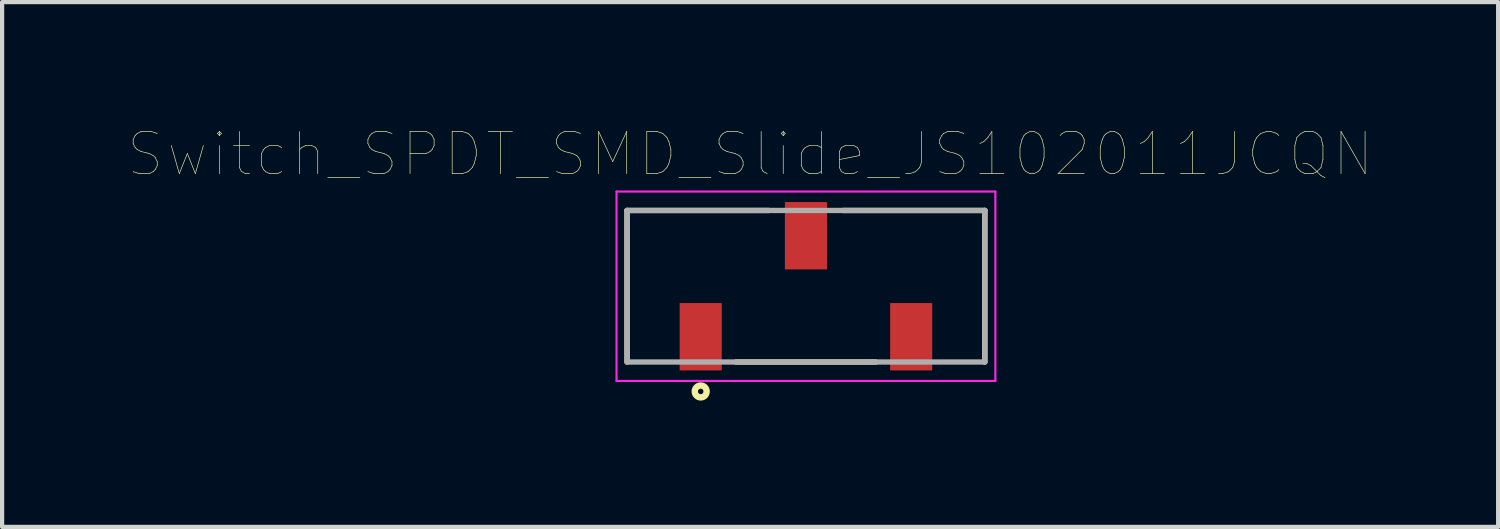
<source format=kicad_pcb>
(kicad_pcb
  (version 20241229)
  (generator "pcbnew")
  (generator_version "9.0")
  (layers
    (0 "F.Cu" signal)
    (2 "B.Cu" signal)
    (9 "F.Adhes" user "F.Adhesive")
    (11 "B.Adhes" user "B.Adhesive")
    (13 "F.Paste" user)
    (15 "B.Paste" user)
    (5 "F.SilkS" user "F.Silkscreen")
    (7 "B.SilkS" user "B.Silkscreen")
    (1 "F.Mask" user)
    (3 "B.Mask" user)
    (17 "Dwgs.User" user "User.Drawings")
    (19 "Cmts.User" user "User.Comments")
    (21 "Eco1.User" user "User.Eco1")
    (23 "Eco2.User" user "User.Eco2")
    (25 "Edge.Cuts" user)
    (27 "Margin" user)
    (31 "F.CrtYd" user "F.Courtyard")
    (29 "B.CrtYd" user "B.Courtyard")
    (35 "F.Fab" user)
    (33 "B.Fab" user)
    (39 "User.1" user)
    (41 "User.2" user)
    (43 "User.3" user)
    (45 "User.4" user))
  (footprint "Switch_SPDT_SMD_Slide_JS102011JCQN"
    (layer "F.Cu")
    (at 16.097 3.75)
    (property "Reference" "Switch_SPDT_SMD_Slide_JS102011JCQN" (at -1.326 -3.138 0) (layer "F.SilkS") (effects (font (size 1.001 1.001) (thickness 0.015))))
    (attr through_hole)
    (fp_line (start -4.25 -1.8) (end -0.88 -1.8) (stroke (width 0.127) (type solid)) (layer "F.SilkS"))
    (fp_line (start -4.25 1.8) (end -4.25 -1.8) (stroke (width 0.127) (type solid)) (layer "F.SilkS"))
    (fp_line (start 0.88 -1.8) (end 4.25 -1.8) (stroke (width 0.127) (type solid)) (layer "F.SilkS"))
    (fp_line (start 1.66 1.8) (end -1.66 1.8) (stroke (width 0.127) (type solid)) (layer "F.SilkS"))
    (fp_line (start 4.25 -1.8) (end 4.25 1.8) (stroke (width 0.127) (type solid)) (layer "F.SilkS"))
    (fp_circle (center -2.5 2.5) (end -2.359 2.5) (stroke (width 0.152) (type solid)) (fill no) (layer "F.SilkS"))
    (fp_line (start -4.5 -2.25) (end 4.5 -2.25) (stroke (width 0.05) (type solid)) (layer "F.CrtYd"))
    (fp_line (start -4.5 2.25) (end -4.5 -2.25) (stroke (width 0.05) (type solid)) (layer "F.CrtYd"))
    (fp_line (start 4.5 -2.25) (end 4.5 2.25) (stroke (width 0.05) (type solid)) (layer "F.CrtYd"))
    (fp_line (start 4.5 2.25) (end -4.5 2.25) (stroke (width 0.05) (type solid)) (layer "F.CrtYd"))
    (fp_line (start -4.25 -1.8) (end 4.25 -1.8) (stroke (width 0.127) (type solid)) (layer "F.Fab"))
    (fp_line (start -4.25 1.8) (end -4.25 -1.8) (stroke (width 0.127) (type solid)) (layer "F.Fab"))
    (fp_line (start 4.25 -1.8) (end 4.25 1.8) (stroke (width 0.127) (type solid)) (layer "F.Fab"))
    (fp_line (start 4.25 1.8) (end -4.25 1.8) (stroke (width 0.127) (type solid)) (layer "F.Fab"))
    (pad "1" smd rect (at -2.5 1.2) (size 1 1.6) (layers "F.Cu" "F.Mask" "F.Paste"))
    (pad "2" smd rect (at 0 -1.2) (size 1 1.6) (layers "F.Cu" "F.Mask" "F.Paste"))
    (pad "3" smd rect (at 2.5 1.2) (size 1 1.6) (layers "F.Cu" "F.Mask" "F.Paste")))
  (gr_rect
    (start -3 -3)
    (end 32.542 9.468)
    (stroke (width 0.1) (type default))
    (fill no)
    (layer "Edge.Cuts")))
</source>
